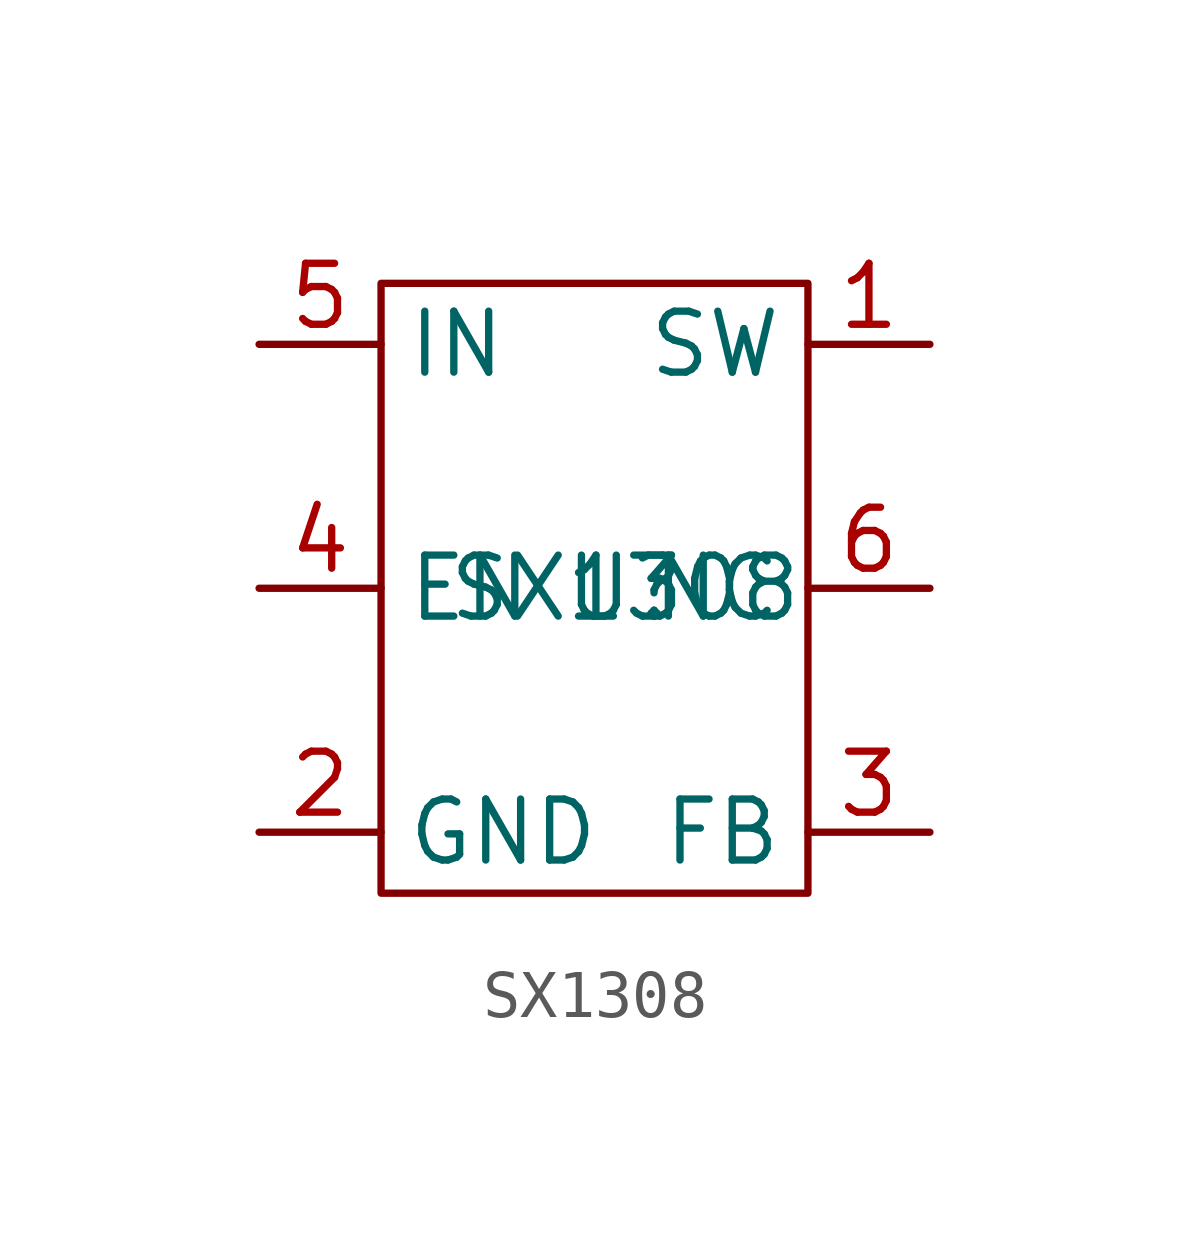
<source format=kicad_sym>
(kicad_symbol_lib
  (version 20231120)
  (generator "kicad_symbol_editor")
  (generator_version "8.0")
  (symbol "SX1308"
    (property "Reference" "U"
      (at 0 0 0)
      (effects (font (size 1.27 1.27))))
    (property "Value" "SX1308"
      (at 0 0 0)
      (effects (font (size 1.27 1.27))))
    (symbol "SX1308_0_1"
      (rectangle (start -5.08 6.35) (end 3.81 -6.35) (stroke (width 0) (type default)) (fill (type none))))
    (symbol "SX1308_1_1"
      (pin free line (at 6.35 5.08 180) (length 2.54) (name "SW" (effects (font (size 1.27 1.27)))) (number "1" (effects (font (size 1.27 1.27)))))
      (pin free line (at -7.62 -5.08 0) (length 2.54) (name "GND" (effects (font (size 1.27 1.27)))) (number "2" (effects (font (size 1.27 1.27)))))
      (pin free line (at 6.35 -5.08 180) (length 2.54) (name "FB" (effects (font (size 1.27 1.27)))) (number "3" (effects (font (size 1.27 1.27)))))
      (pin free line (at -7.62 0 0) (length 2.54) (name "EN" (effects (font (size 1.27 1.27)))) (number "4" (effects (font (size 1.27 1.27)))))
      (pin free line (at -7.62 5.08 0) (length 2.54) (name "IN" (effects (font (size 1.27 1.27)))) (number "5" (effects (font (size 1.27 1.27)))))
      (pin free line (at 6.35 0 180) (length 2.54) (name "NC" (effects (font (size 1.27 1.27)))) (number "6" (effects (font (size 1.27 1.27))))))))
</source>
